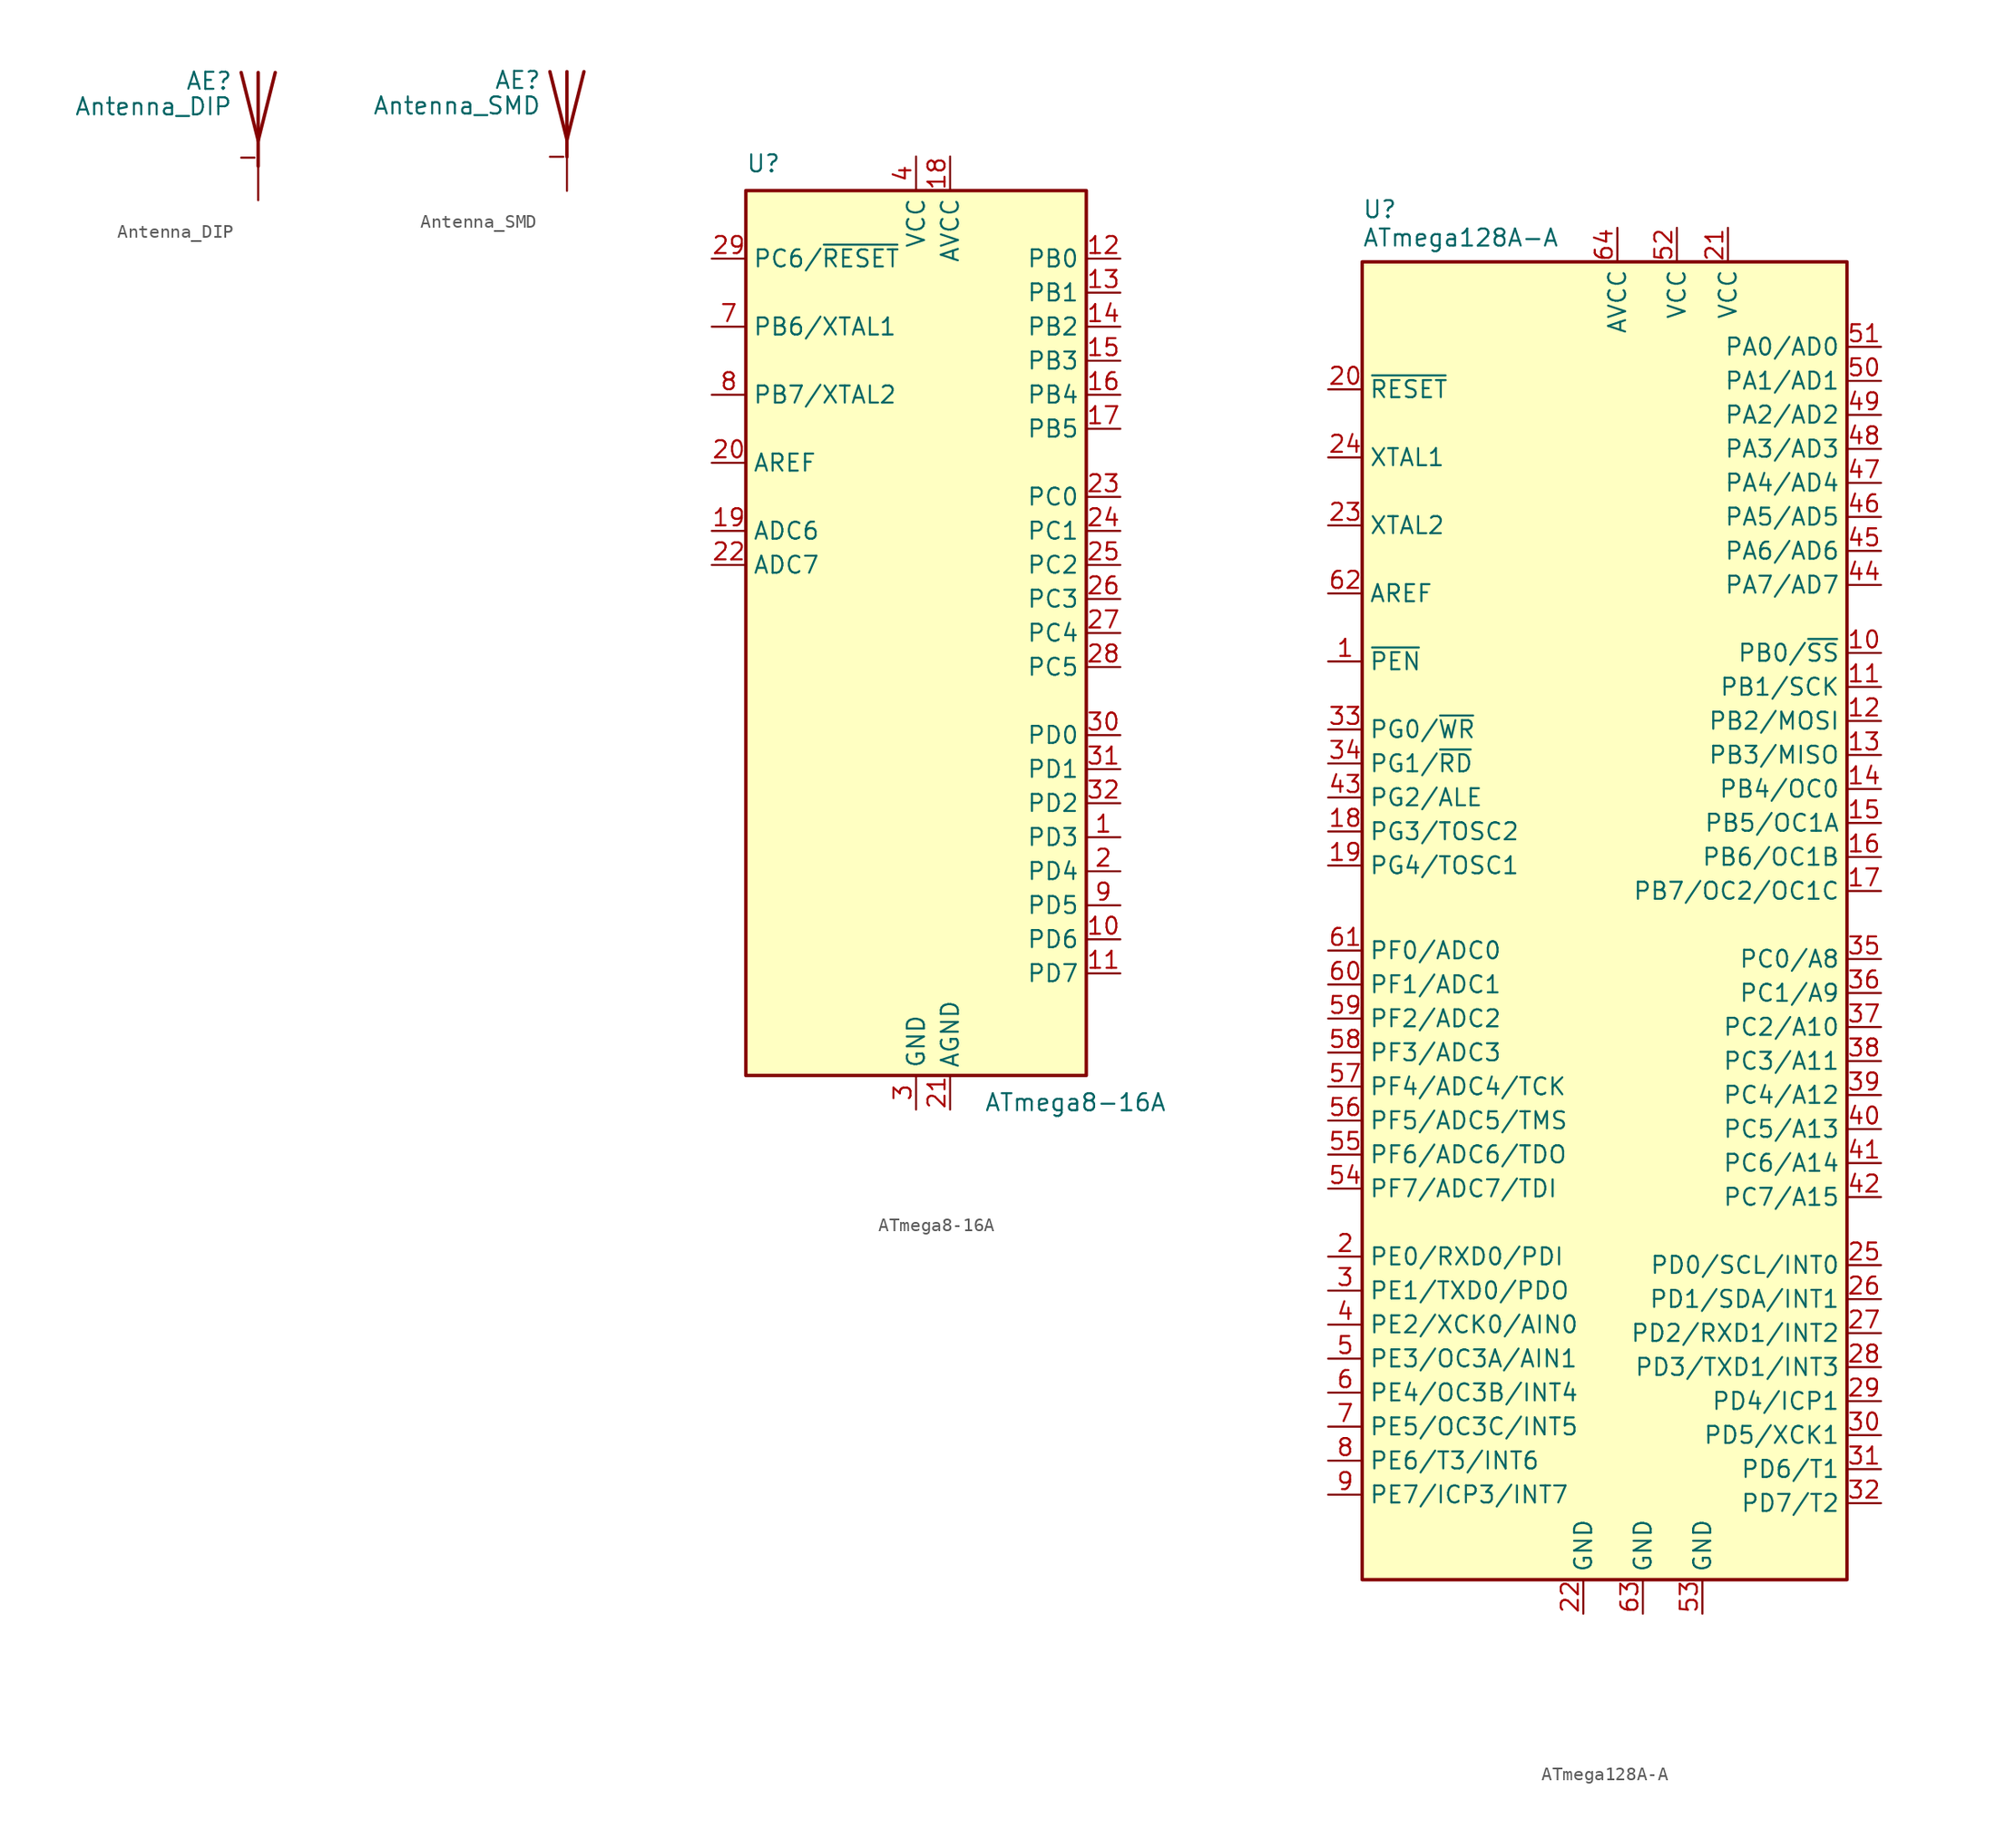
<source format=kicad_sym>
(kicad_symbol_lib
  (version 20211014)
  (generator kicad_symbol_editor)
  (symbol "Antenna_DIP"
    (pin_numbers hide)
    (pin_names
      (offset 1.016) hide)
    (property "Reference" "AE"
      (at -1.905 5.08 0)
      (effects (font (size 1.27 1.27)) (justify right)))
    (property "Value" "Antenna_DIP"
      (at -1.905 3.175 0)
      (effects (font (size 1.27 1.27)) (justify right)))
    (symbol "Antenna_DIP_0_1"
      (polyline (pts (xy 0 5.715) (xy 0 -1.27)) (stroke (width 0.254) (type default) (color 0 0 0 0)) (fill (type none)))
      (polyline (pts (xy 1.27 5.715) (xy 0 0.635) (xy -1.27 5.715)) (stroke (width 0.254) (type default) (color 0 0 0 0)) (fill (type none))))
    (symbol "Antenna_DIP_1_1"
      (pin input line (at 0 -3.81 90) (length 2.54) (name "A" (effects (font (size 1.27 1.27)))) (number "1" (effects (font (size 1.27 1.27)))))
      (pin power_in line (at -1.27 -0.635 0) (length 1) (name "GND" (effects (font (size 1.27 1.27)))) (number "2" (effects (font (size 1.27 1.27)))))))
  (symbol "Antenna_SMD"
    (pin_numbers hide)
    (pin_names
      (offset 1.016) hide)
    (property "Reference" "AE"
      (at -1.905 4.445 0)
      (effects (font (size 1.27 1.27)) (justify right)))
    (property "Value" "Antenna_SMD"
      (at -1.905 2.54 0)
      (effects (font (size 1.27 1.27)) (justify right)))
    (symbol "Antenna_SMD_0_1"
      (polyline (pts (xy 0 5.08) (xy 0 -1.27)) (stroke (width 0.254) (type default) (color 0 0 0 0)) (fill (type none)))
      (polyline (pts (xy 1.27 5.08) (xy 0 0) (xy -1.27 5.08)) (stroke (width 0.254) (type default) (color 0 0 0 0)) (fill (type none))))
    (symbol "Antenna_SMD_1_1"
      (pin input line (at 0 -3.81 90) (length 2.54) (name "A" (effects (font (size 1.27 1.27)))) (number "1" (effects (font (size 1.27 1.27)))))
      (pin power_in line (at -1.27 -1.27 0) (length 1) (name "GND" (effects (font (size 1.27 1.27)))) (number "2" (effects (font (size 1.27 1.27)))))))
  (symbol "ATmega8-16A"
    (property "Reference" "U"
      (at -12.7 34.29 0)
      (effects (font (size 1.27 1.27)) (justify left bottom)))
    (property "Value" "ATmega8-16A"
      (at 5.08 -34.29 0)
      (effects (font (size 1.27 1.27)) (justify left top)))
    (symbol "ATmega8-16A_0_1"
      (rectangle (start -12.7 -33.02) (end 12.7 33.02) (stroke (width 0.254) (type default) (color 0 0 0 0)) (fill (type background))))
    (symbol "ATmega8-16A_1_1"
      (pin bidirectional line (at 15.24 -15.24 180) (length 2.54) (name "PD3" (effects (font (size 1.27 1.27)))) (number "1" (effects (font (size 1.27 1.27)))))
      (pin bidirectional line (at 15.24 -22.86 180) (length 2.54) (name "PD6" (effects (font (size 1.27 1.27)))) (number "10" (effects (font (size 1.27 1.27)))))
      (pin bidirectional line (at 15.24 -25.4 180) (length 2.54) (name "PD7" (effects (font (size 1.27 1.27)))) (number "11" (effects (font (size 1.27 1.27)))))
      (pin bidirectional line (at 15.24 27.94 180) (length 2.54) (name "PB0" (effects (font (size 1.27 1.27)))) (number "12" (effects (font (size 1.27 1.27)))))
      (pin bidirectional line (at 15.24 25.4 180) (length 2.54) (name "PB1" (effects (font (size 1.27 1.27)))) (number "13" (effects (font (size 1.27 1.27)))))
      (pin bidirectional line (at 15.24 22.86 180) (length 2.54) (name "PB2" (effects (font (size 1.27 1.27)))) (number "14" (effects (font (size 1.27 1.27)))))
      (pin bidirectional line (at 15.24 20.32 180) (length 2.54) (name "PB3" (effects (font (size 1.27 1.27)))) (number "15" (effects (font (size 1.27 1.27)))))
      (pin bidirectional line (at 15.24 17.78 180) (length 2.54) (name "PB4" (effects (font (size 1.27 1.27)))) (number "16" (effects (font (size 1.27 1.27)))))
      (pin bidirectional line (at 15.24 15.24 180) (length 2.54) (name "PB5" (effects (font (size 1.27 1.27)))) (number "17" (effects (font (size 1.27 1.27)))))
      (pin power_in line (at 2.54 35.56 270) (length 2.54) (name "AVCC" (effects (font (size 1.27 1.27)))) (number "18" (effects (font (size 1.27 1.27)))))
      (pin input line (at -15.24 7.62 0) (length 2.54) (name "ADC6" (effects (font (size 1.27 1.27)))) (number "19" (effects (font (size 1.27 1.27)))))
      (pin bidirectional line (at 15.24 -17.78 180) (length 2.54) (name "PD4" (effects (font (size 1.27 1.27)))) (number "2" (effects (font (size 1.27 1.27)))))
      (pin passive line (at -15.24 12.7 0) (length 2.54) (name "AREF" (effects (font (size 1.27 1.27)))) (number "20" (effects (font (size 1.27 1.27)))))
      (pin power_in line (at 2.54 -35.56 90) (length 2.54) (name "AGND" (effects (font (size 1.27 1.27)))) (number "21" (effects (font (size 1.27 1.27)))))
      (pin input line (at -15.24 5.08 0) (length 2.54) (name "ADC7" (effects (font (size 1.27 1.27)))) (number "22" (effects (font (size 1.27 1.27)))))
      (pin bidirectional line (at 15.24 10.16 180) (length 2.54) (name "PC0" (effects (font (size 1.27 1.27)))) (number "23" (effects (font (size 1.27 1.27)))))
      (pin bidirectional line (at 15.24 7.62 180) (length 2.54) (name "PC1" (effects (font (size 1.27 1.27)))) (number "24" (effects (font (size 1.27 1.27)))))
      (pin bidirectional line (at 15.24 5.08 180) (length 2.54) (name "PC2" (effects (font (size 1.27 1.27)))) (number "25" (effects (font (size 1.27 1.27)))))
      (pin bidirectional line (at 15.24 2.54 180) (length 2.54) (name "PC3" (effects (font (size 1.27 1.27)))) (number "26" (effects (font (size 1.27 1.27)))))
      (pin bidirectional line (at 15.24 0 180) (length 2.54) (name "PC4" (effects (font (size 1.27 1.27)))) (number "27" (effects (font (size 1.27 1.27)))))
      (pin bidirectional line (at 15.24 -2.54 180) (length 2.54) (name "PC5" (effects (font (size 1.27 1.27)))) (number "28" (effects (font (size 1.27 1.27)))))
      (pin bidirectional line (at -15.24 27.94 0) (length 2.54) (name "PC6/~{RESET}" (effects (font (size 1.27 1.27)))) (number "29" (effects (font (size 1.27 1.27)))))
      (pin power_in line (at 0 -35.56 90) (length 2.54) (name "GND" (effects (font (size 1.27 1.27)))) (number "3" (effects (font (size 1.27 1.27)))))
      (pin bidirectional line (at 15.24 -7.62 180) (length 2.54) (name "PD0" (effects (font (size 1.27 1.27)))) (number "30" (effects (font (size 1.27 1.27)))))
      (pin bidirectional line (at 15.24 -10.16 180) (length 2.54) (name "PD1" (effects (font (size 1.27 1.27)))) (number "31" (effects (font (size 1.27 1.27)))))
      (pin bidirectional line (at 15.24 -12.7 180) (length 2.54) (name "PD2" (effects (font (size 1.27 1.27)))) (number "32" (effects (font (size 1.27 1.27)))))
      (pin power_in line (at 0 35.56 270) (length 2.54) (name "VCC" (effects (font (size 1.27 1.27)))) (number "4" (effects (font (size 1.27 1.27)))))
      (pin passive line (at 0 -35.56 90) (length 2.54) hide (name "GND" (effects (font (size 1.27 1.27)))) (number "5" (effects (font (size 1.27 1.27)))))
      (pin passive line (at 0 35.56 270) (length 2.54) hide (name "VCC" (effects (font (size 1.27 1.27)))) (number "6" (effects (font (size 1.27 1.27)))))
      (pin bidirectional line (at -15.24 22.86 0) (length 2.54) (name "PB6/XTAL1" (effects (font (size 1.27 1.27)))) (number "7" (effects (font (size 1.27 1.27)))))
      (pin bidirectional line (at -15.24 17.78 0) (length 2.54) (name "PB7/XTAL2" (effects (font (size 1.27 1.27)))) (number "8" (effects (font (size 1.27 1.27)))))
      (pin bidirectional line (at 15.24 -20.32 180) (length 2.54) (name "PD5" (effects (font (size 1.27 1.27)))) (number "9" (effects (font (size 1.27 1.27)))))))
  (symbol "ATmega128A-A"
    (property "Reference" "U"
      (at -18.415 52.705 0)
      (effects (font (size 1.27 1.27)) (justify left bottom)))
    (property "Value" "ATmega128A-A"
      (at -18.415 52.07 0)
      (effects (font (size 1.27 1.27)) (justify left top)))
    (symbol "ATmega128A-A_0_1"
      (rectangle (start -18.415 49.53) (end 17.78 -48.895) (stroke (width 0.254) (type default) (color 0 0 0 0)) (fill (type background))))
    (symbol "ATmega128A-A_1_1"
      (pin input line (at -20.955 19.685 0) (length 2.54) (name "~{PEN}" (effects (font (size 1.27 1.27)))) (number "1" (effects (font (size 1.27 1.27)))))
      (pin bidirectional line (at 20.32 20.32 180) (length 2.54) (name "PB0/~{SS}" (effects (font (size 1.27 1.27)))) (number "10" (effects (font (size 1.27 1.27)))))
      (pin bidirectional line (at 20.32 17.78 180) (length 2.54) (name "PB1/SCK" (effects (font (size 1.27 1.27)))) (number "11" (effects (font (size 1.27 1.27)))))
      (pin bidirectional line (at 20.32 15.24 180) (length 2.54) (name "PB2/MOSI" (effects (font (size 1.27 1.27)))) (number "12" (effects (font (size 1.27 1.27)))))
      (pin bidirectional line (at 20.32 12.7 180) (length 2.54) (name "PB3/MISO" (effects (font (size 1.27 1.27)))) (number "13" (effects (font (size 1.27 1.27)))))
      (pin bidirectional line (at 20.32 10.16 180) (length 2.54) (name "PB4/OC0" (effects (font (size 1.27 1.27)))) (number "14" (effects (font (size 1.27 1.27)))))
      (pin bidirectional line (at 20.32 7.62 180) (length 2.54) (name "PB5/OC1A" (effects (font (size 1.27 1.27)))) (number "15" (effects (font (size 1.27 1.27)))))
      (pin bidirectional line (at 20.32 5.08 180) (length 2.54) (name "PB6/OC1B" (effects (font (size 1.27 1.27)))) (number "16" (effects (font (size 1.27 1.27)))))
      (pin bidirectional line (at 20.32 2.54 180) (length 2.54) (name "PB7/OC2/OC1C" (effects (font (size 1.27 1.27)))) (number "17" (effects (font (size 1.27 1.27)))))
      (pin bidirectional line (at -20.955 6.985 0) (length 2.54) (name "PG3/TOSC2" (effects (font (size 1.27 1.27)))) (number "18" (effects (font (size 1.27 1.27)))))
      (pin bidirectional line (at -20.955 4.445 0) (length 2.54) (name "PG4/TOSC1" (effects (font (size 1.27 1.27)))) (number "19" (effects (font (size 1.27 1.27)))))
      (pin bidirectional line (at -20.955 -24.765 0) (length 2.54) (name "PE0/RXD0/PDI" (effects (font (size 1.27 1.27)))) (number "2" (effects (font (size 1.27 1.27)))))
      (pin input line (at -20.955 40.005 0) (length 2.54) (name "~{RESET}" (effects (font (size 1.27 1.27)))) (number "20" (effects (font (size 1.27 1.27)))))
      (pin power_in line (at 8.89 52.07 270) (length 2.54) (name "VCC" (effects (font (size 1.27 1.27)))) (number "21" (effects (font (size 1.27 1.27)))))
      (pin power_in line (at -1.905 -51.435 90) (length 2.54) (name "GND" (effects (font (size 1.27 1.27)))) (number "22" (effects (font (size 1.27 1.27)))))
      (pin output line (at -20.955 29.845 0) (length 2.54) (name "XTAL2" (effects (font (size 1.27 1.27)))) (number "23" (effects (font (size 1.27 1.27)))))
      (pin input line (at -20.955 34.925 0) (length 2.54) (name "XTAL1" (effects (font (size 1.27 1.27)))) (number "24" (effects (font (size 1.27 1.27)))))
      (pin bidirectional line (at 20.32 -25.4 180) (length 2.54) (name "PD0/SCL/INT0" (effects (font (size 1.27 1.27)))) (number "25" (effects (font (size 1.27 1.27)))))
      (pin bidirectional line (at 20.32 -27.94 180) (length 2.54) (name "PD1/SDA/INT1" (effects (font (size 1.27 1.27)))) (number "26" (effects (font (size 1.27 1.27)))))
      (pin bidirectional line (at 20.32 -30.48 180) (length 2.54) (name "PD2/RXD1/INT2" (effects (font (size 1.27 1.27)))) (number "27" (effects (font (size 1.27 1.27)))))
      (pin bidirectional line (at 20.32 -33.02 180) (length 2.54) (name "PD3/TXD1/INT3" (effects (font (size 1.27 1.27)))) (number "28" (effects (font (size 1.27 1.27)))))
      (pin bidirectional line (at 20.32 -35.56 180) (length 2.54) (name "PD4/ICP1" (effects (font (size 1.27 1.27)))) (number "29" (effects (font (size 1.27 1.27)))))
      (pin bidirectional line (at -20.955 -27.305 0) (length 2.54) (name "PE1/TXD0/PDO" (effects (font (size 1.27 1.27)))) (number "3" (effects (font (size 1.27 1.27)))))
      (pin bidirectional line (at 20.32 -38.1 180) (length 2.54) (name "PD5/XCK1" (effects (font (size 1.27 1.27)))) (number "30" (effects (font (size 1.27 1.27)))))
      (pin bidirectional line (at 20.32 -40.64 180) (length 2.54) (name "PD6/T1" (effects (font (size 1.27 1.27)))) (number "31" (effects (font (size 1.27 1.27)))))
      (pin bidirectional line (at 20.32 -43.18 180) (length 2.54) (name "PD7/T2" (effects (font (size 1.27 1.27)))) (number "32" (effects (font (size 1.27 1.27)))))
      (pin bidirectional line (at -20.955 14.605 0) (length 2.54) (name "PG0/~{WR}" (effects (font (size 1.27 1.27)))) (number "33" (effects (font (size 1.27 1.27)))))
      (pin bidirectional line (at -20.955 12.065 0) (length 2.54) (name "PG1/~{RD}" (effects (font (size 1.27 1.27)))) (number "34" (effects (font (size 1.27 1.27)))))
      (pin bidirectional line (at 20.32 -2.54 180) (length 2.54) (name "PC0/A8" (effects (font (size 1.27 1.27)))) (number "35" (effects (font (size 1.27 1.27)))))
      (pin bidirectional line (at 20.32 -5.08 180) (length 2.54) (name "PC1/A9" (effects (font (size 1.27 1.27)))) (number "36" (effects (font (size 1.27 1.27)))))
      (pin bidirectional line (at 20.32 -7.62 180) (length 2.54) (name "PC2/A10" (effects (font (size 1.27 1.27)))) (number "37" (effects (font (size 1.27 1.27)))))
      (pin bidirectional line (at 20.32 -10.16 180) (length 2.54) (name "PC3/A11" (effects (font (size 1.27 1.27)))) (number "38" (effects (font (size 1.27 1.27)))))
      (pin bidirectional line (at 20.32 -12.7 180) (length 2.54) (name "PC4/A12" (effects (font (size 1.27 1.27)))) (number "39" (effects (font (size 1.27 1.27)))))
      (pin bidirectional line (at -20.955 -29.845 0) (length 2.54) (name "PE2/XCK0/AIN0" (effects (font (size 1.27 1.27)))) (number "4" (effects (font (size 1.27 1.27)))))
      (pin bidirectional line (at 20.32 -15.24 180) (length 2.54) (name "PC5/A13" (effects (font (size 1.27 1.27)))) (number "40" (effects (font (size 1.27 1.27)))))
      (pin bidirectional line (at 20.32 -17.78 180) (length 2.54) (name "PC6/A14" (effects (font (size 1.27 1.27)))) (number "41" (effects (font (size 1.27 1.27)))))
      (pin bidirectional line (at 20.32 -20.32 180) (length 2.54) (name "PC7/A15" (effects (font (size 1.27 1.27)))) (number "42" (effects (font (size 1.27 1.27)))))
      (pin bidirectional line (at -20.955 9.525 0) (length 2.54) (name "PG2/ALE" (effects (font (size 1.27 1.27)))) (number "43" (effects (font (size 1.27 1.27)))))
      (pin bidirectional line (at 20.32 25.4 180) (length 2.54) (name "PA7/AD7" (effects (font (size 1.27 1.27)))) (number "44" (effects (font (size 1.27 1.27)))))
      (pin bidirectional line (at 20.32 27.94 180) (length 2.54) (name "PA6/AD6" (effects (font (size 1.27 1.27)))) (number "45" (effects (font (size 1.27 1.27)))))
      (pin bidirectional line (at 20.32 30.48 180) (length 2.54) (name "PA5/AD5" (effects (font (size 1.27 1.27)))) (number "46" (effects (font (size 1.27 1.27)))))
      (pin bidirectional line (at 20.32 33.02 180) (length 2.54) (name "PA4/AD4" (effects (font (size 1.27 1.27)))) (number "47" (effects (font (size 1.27 1.27)))))
      (pin bidirectional line (at 20.32 35.56 180) (length 2.54) (name "PA3/AD3" (effects (font (size 1.27 1.27)))) (number "48" (effects (font (size 1.27 1.27)))))
      (pin bidirectional line (at 20.32 38.1 180) (length 2.54) (name "PA2/AD2" (effects (font (size 1.27 1.27)))) (number "49" (effects (font (size 1.27 1.27)))))
      (pin bidirectional line (at -20.955 -32.385 0) (length 2.54) (name "PE3/OC3A/AIN1" (effects (font (size 1.27 1.27)))) (number "5" (effects (font (size 1.27 1.27)))))
      (pin bidirectional line (at 20.32 40.64 180) (length 2.54) (name "PA1/AD1" (effects (font (size 1.27 1.27)))) (number "50" (effects (font (size 1.27 1.27)))))
      (pin bidirectional line (at 20.32 43.18 180) (length 2.54) (name "PA0/AD0" (effects (font (size 1.27 1.27)))) (number "51" (effects (font (size 1.27 1.27)))))
      (pin power_in line (at 5.08 52.07 270) (length 2.54) (name "VCC" (effects (font (size 1.27 1.27)))) (number "52" (effects (font (size 1.27 1.27)))))
      (pin power_in line (at 6.985 -51.435 90) (length 2.54) (name "GND" (effects (font (size 1.27 1.27)))) (number "53" (effects (font (size 1.27 1.27)))))
      (pin bidirectional line (at -20.955 -19.685 0) (length 2.54) (name "PF7/ADC7/TDI" (effects (font (size 1.27 1.27)))) (number "54" (effects (font (size 1.27 1.27)))))
      (pin bidirectional line (at -20.955 -17.145 0) (length 2.54) (name "PF6/ADC6/TDO" (effects (font (size 1.27 1.27)))) (number "55" (effects (font (size 1.27 1.27)))))
      (pin bidirectional line (at -20.955 -14.605 0) (length 2.54) (name "PF5/ADC5/TMS" (effects (font (size 1.27 1.27)))) (number "56" (effects (font (size 1.27 1.27)))))
      (pin bidirectional line (at -20.955 -12.065 0) (length 2.54) (name "PF4/ADC4/TCK" (effects (font (size 1.27 1.27)))) (number "57" (effects (font (size 1.27 1.27)))))
      (pin bidirectional line (at -20.955 -9.525 0) (length 2.54) (name "PF3/ADC3" (effects (font (size 1.27 1.27)))) (number "58" (effects (font (size 1.27 1.27)))))
      (pin bidirectional line (at -20.955 -6.985 0) (length 2.54) (name "PF2/ADC2" (effects (font (size 1.27 1.27)))) (number "59" (effects (font (size 1.27 1.27)))))
      (pin bidirectional line (at -20.955 -34.925 0) (length 2.54) (name "PE4/OC3B/INT4" (effects (font (size 1.27 1.27)))) (number "6" (effects (font (size 1.27 1.27)))))
      (pin bidirectional line (at -20.955 -4.445 0) (length 2.54) (name "PF1/ADC1" (effects (font (size 1.27 1.27)))) (number "60" (effects (font (size 1.27 1.27)))))
      (pin bidirectional line (at -20.955 -1.905 0) (length 2.54) (name "PF0/ADC0" (effects (font (size 1.27 1.27)))) (number "61" (effects (font (size 1.27 1.27)))))
      (pin passive line (at -20.955 24.765 0) (length 2.54) (name "AREF" (effects (font (size 1.27 1.27)))) (number "62" (effects (font (size 1.27 1.27)))))
      (pin power_in line (at 2.54 -51.435 90) (length 2.54) (name "GND" (effects (font (size 1.27 1.27)))) (number "63" (effects (font (size 1.27 1.27)))))
      (pin power_in line (at 0.635 52.07 270) (length 2.54) (name "AVCC" (effects (font (size 1.27 1.27)))) (number "64" (effects (font (size 1.27 1.27)))))
      (pin bidirectional line (at -20.955 -37.465 0) (length 2.54) (name "PE5/OC3C/INT5" (effects (font (size 1.27 1.27)))) (number "7" (effects (font (size 1.27 1.27)))))
      (pin bidirectional line (at -20.955 -40.005 0) (length 2.54) (name "PE6/T3/INT6" (effects (font (size 1.27 1.27)))) (number "8" (effects (font (size 1.27 1.27)))))
      (pin bidirectional line (at -20.955 -42.545 0) (length 2.54) (name "PE7/ICP3/INT7" (effects (font (size 1.27 1.27)))) (number "9" (effects (font (size 1.27 1.27))))))))
</source>
